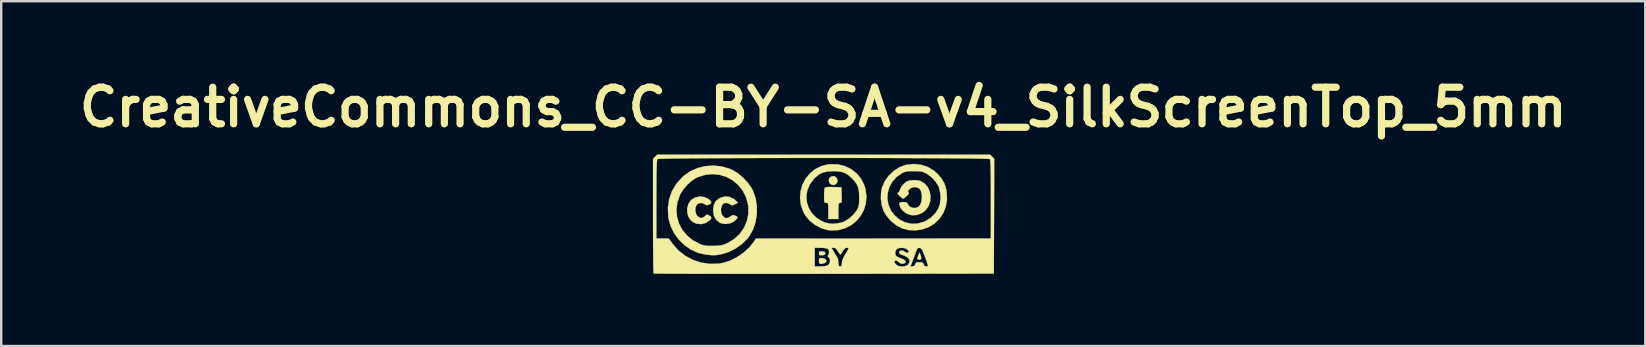
<source format=kicad_pcb>
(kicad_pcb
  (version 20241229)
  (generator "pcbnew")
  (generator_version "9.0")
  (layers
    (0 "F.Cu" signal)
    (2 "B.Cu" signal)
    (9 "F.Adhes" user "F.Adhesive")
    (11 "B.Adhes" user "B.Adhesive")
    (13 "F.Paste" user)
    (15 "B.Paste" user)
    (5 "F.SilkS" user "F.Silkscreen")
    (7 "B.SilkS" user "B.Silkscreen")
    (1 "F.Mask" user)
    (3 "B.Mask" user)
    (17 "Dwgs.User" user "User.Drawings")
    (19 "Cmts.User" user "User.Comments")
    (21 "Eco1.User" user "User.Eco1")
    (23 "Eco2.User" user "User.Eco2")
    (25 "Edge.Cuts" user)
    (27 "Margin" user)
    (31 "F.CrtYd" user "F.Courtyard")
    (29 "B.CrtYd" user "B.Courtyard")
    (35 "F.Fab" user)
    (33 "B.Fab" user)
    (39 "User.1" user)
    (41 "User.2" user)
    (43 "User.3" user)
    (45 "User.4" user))
  (footprint "CreativeCommons_CC-BY-SA-v4_SilkScreenTop_5mm"
    (layer "F.Cu")
    (at 31.249 5.863)
    (property "Reference" "CreativeCommons_CC-BY-SA-v4_SilkScreenTop_5mm" (at 0 -4.445 0) (layer "F.SilkS") (effects (font (size 1.524 1.524) (thickness 0.3))))
    (attr through_hole)
    (fp_poly (pts (xy 4.053 1.704) (xy 4.088 1.816) (xy 4.081 1.879) (xy 4.029 1.904) (xy 4.004 1.905) (xy 3.938 1.89) (xy 3.917 1.861) (xy 3.932 1.8) (xy 3.965 1.713) (xy 3.966 1.711) (xy 4.013 1.605) (xy 4.053 1.704)) (stroke (width 0.01) (type solid)) (fill yes) (layer "F.SilkS"))
    (fp_poly (pts (xy -0.048 1.841) (xy 0.061 1.867) (xy 0.123 1.917) (xy 0.133 1.978) (xy 0.09 2.031) (xy 0.003 2.069) (xy -0.077 2.081) (xy -0.144 2.074) (xy -0.171 2.038) (xy -0.176 1.956) (xy -0.172 1.873) (xy -0.145 1.841) (xy -0.074 1.839) (xy -0.048 1.841)) (stroke (width 0.01) (type solid)) (fill yes) (layer "F.SilkS"))
    (fp_poly (pts (xy 0.471 -1.569) (xy 0.549 -1.515) (xy 0.592 -1.43) (xy 0.591 -1.334) (xy 0.544 -1.255) (xy 0.451 -1.204) (xy 0.35 -1.214) (xy 0.265 -1.282) (xy 0.26 -1.289) (xy 0.226 -1.395) (xy 0.253 -1.492) (xy 0.334 -1.56) (xy 0.371 -1.573) (xy 0.471 -1.569)) (stroke (width 0.01) (type solid)) (fill yes) (layer "F.SilkS"))
    (fp_poly (pts (xy -0.055 1.558) (xy -0.044 1.559) (xy 0.046 1.574) (xy 0.083 1.608) (xy 0.088 1.64) (xy 0.073 1.69) (xy 0.016 1.714) (xy -0.044 1.722) (xy -0.131 1.724) (xy -0.168 1.704) (xy -0.176 1.648) (xy -0.176 1.64) (xy -0.17 1.58) (xy -0.136 1.557) (xy -0.055 1.558)) (stroke (width 0.01) (type solid)) (fill yes) (layer "F.SilkS"))
    (fp_poly (pts (xy 0.426 -1.121) (xy 0.758 -1.111) (xy 0.769 -0.785) (xy 0.772 -0.632) (xy 0.77 -0.536) (xy 0.76 -0.484) (xy 0.74 -0.463) (xy 0.707 -0.459) (xy 0.673 -0.454) (xy 0.652 -0.431) (xy 0.641 -0.376) (xy 0.636 -0.277) (xy 0.635 -0.123) (xy 0.635 0.212) (xy 0.212 0.212) (xy 0.212 -0.123) (xy 0.211 -0.279) (xy 0.207 -0.377) (xy 0.196 -0.43) (xy 0.174 -0.453) (xy 0.138 -0.459) (xy 0.123 -0.459) (xy 0.08 -0.461) (xy 0.054 -0.479) (xy 0.041 -0.527) (xy 0.036 -0.618) (xy 0.036 -0.75) (xy 0.039 -0.89) (xy 0.048 -1.006) (xy 0.061 -1.077) (xy 0.065 -1.086) (xy 0.103 -1.109) (xy 0.189 -1.121) (xy 0.33 -1.124) (xy 0.426 -1.121)) (stroke (width 0.01) (type solid)) (fill yes) (layer "F.SilkS"))
    (fp_poly (pts (xy -4.96 -0.704) (xy -4.785 -0.623) (xy -4.749 -0.597) (xy -4.674 -0.52) (xy -4.667 -0.457) (xy -4.728 -0.404) (xy -4.763 -0.388) (xy -4.846 -0.362) (xy -4.902 -0.376) (xy -4.934 -0.401) (xy -5.032 -0.451) (xy -5.144 -0.454) (xy -5.241 -0.413) (xy -5.272 -0.38) (xy -5.32 -0.259) (xy -5.326 -0.118) (xy -5.291 0.015) (xy -5.24 0.09) (xy -5.134 0.162) (xy -5.031 0.165) (xy -4.933 0.097) (xy -4.928 0.091) (xy -4.871 0.035) (xy -4.824 0.028) (xy -4.754 0.063) (xy -4.676 0.124) (xy -4.665 0.183) (xy -4.719 0.256) (xy -4.736 0.272) (xy -4.903 0.38) (xy -5.091 0.425) (xy -5.283 0.405) (xy -5.398 0.359) (xy -5.532 0.252) (xy -5.622 0.105) (xy -5.667 -0.066) (xy -5.666 -0.246) (xy -5.617 -0.417) (xy -5.519 -0.564) (xy -5.489 -0.592) (xy -5.329 -0.688) (xy -5.147 -0.726) (xy -4.96 -0.704)) (stroke (width 0.01) (type solid)) (fill yes) (layer "F.SilkS"))
    (fp_poly (pts (xy -3.899 -0.709) (xy -3.727 -0.625) (xy -3.673 -0.581) (xy -3.547 -0.465) (xy -3.678 -0.403) (xy -3.764 -0.365) (xy -3.816 -0.36) (xy -3.86 -0.388) (xy -3.874 -0.4) (xy -3.956 -0.442) (xy -4.05 -0.459) (xy -4.137 -0.444) (xy -4.196 -0.387) (xy -4.219 -0.347) (xy -4.259 -0.215) (xy -4.255 -0.08) (xy -4.214 0.041) (xy -4.141 0.132) (xy -4.044 0.175) (xy -4.023 0.176) (xy -3.953 0.156) (xy -3.87 0.105) (xy -3.866 0.102) (xy -3.791 0.054) (xy -3.726 0.051) (xy -3.667 0.071) (xy -3.589 0.11) (xy -3.569 0.148) (xy -3.601 0.206) (xy -3.609 0.216) (xy -3.735 0.328) (xy -3.898 0.397) (xy -4.077 0.42) (xy -4.248 0.392) (xy -4.331 0.353) (xy -4.47 0.234) (xy -4.554 0.078) (xy -4.585 -0.122) (xy -4.586 -0.155) (xy -4.562 -0.359) (xy -4.489 -0.517) (xy -4.362 -0.633) (xy -4.28 -0.677) (xy -4.087 -0.727) (xy -3.899 -0.709)) (stroke (width 0.01) (type solid)) (fill yes) (layer "F.SilkS"))
    (fp_poly (pts (xy 3.922 -1.402) (xy 4.046 -1.374) (xy 4.217 -1.274) (xy 4.348 -1.126) (xy 4.435 -0.944) (xy 4.473 -0.74) (xy 4.458 -0.527) (xy 4.389 -0.324) (xy 4.266 -0.152) (xy 4.101 -0.027) (xy 3.907 0.044) (xy 3.7 0.054) (xy 3.608 0.038) (xy 3.45 -0.028) (xy 3.316 -0.131) (xy 3.219 -0.258) (xy 3.176 -0.392) (xy 3.175 -0.415) (xy 3.183 -0.464) (xy 3.22 -0.487) (xy 3.303 -0.494) (xy 3.335 -0.494) (xy 3.438 -0.488) (xy 3.494 -0.464) (xy 3.525 -0.412) (xy 3.527 -0.408) (xy 3.597 -0.313) (xy 3.707 -0.258) (xy 3.834 -0.248) (xy 3.958 -0.288) (xy 3.976 -0.3) (xy 4.045 -0.386) (xy 4.09 -0.517) (xy 4.109 -0.672) (xy 4.103 -0.827) (xy 4.07 -0.962) (xy 4.009 -1.055) (xy 4.007 -1.056) (xy 3.891 -1.11) (xy 3.757 -1.114) (xy 3.636 -1.067) (xy 3.625 -1.059) (xy 3.557 -0.99) (xy 3.529 -0.927) (xy 3.544 -0.888) (xy 3.57 -0.882) (xy 3.573 -0.86) (xy 3.533 -0.804) (xy 3.493 -0.758) (xy 3.415 -0.686) (xy 3.353 -0.642) (xy 3.334 -0.635) (xy 3.288 -0.659) (xy 3.216 -0.718) (xy 3.175 -0.758) (xy 3.107 -0.837) (xy 3.094 -0.876) (xy 3.111 -0.882) (xy 3.159 -0.914) (xy 3.186 -0.983) (xy 3.237 -1.102) (xy 3.329 -1.226) (xy 3.444 -1.328) (xy 3.495 -1.359) (xy 3.612 -1.395) (xy 3.765 -1.409) (xy 3.922 -1.402)) (stroke (width 0.01) (type solid)) (fill yes) (layer "F.SilkS"))
    (fp_poly (pts (xy 0.606 -2.065) (xy 0.9 -1.994) (xy 1.165 -1.867) (xy 1.393 -1.69) (xy 1.578 -1.466) (xy 1.712 -1.202) (xy 1.764 -1.028) (xy 1.802 -0.724) (xy 1.775 -0.432) (xy 1.692 -0.16) (xy 1.557 0.086) (xy 1.378 0.299) (xy 1.16 0.472) (xy 0.909 0.6) (xy 0.633 0.674) (xy 0.337 0.69) (xy 0.169 0.67) (xy -0.091 0.593) (xy -0.34 0.459) (xy -0.562 0.282) (xy -0.742 0.072) (xy -0.835 -0.092) (xy -0.933 -0.381) (xy -0.967 -0.671) (xy -0.961 -0.738) (xy -0.7 -0.738) (xy -0.681 -0.492) (xy -0.606 -0.256) (xy -0.477 -0.039) (xy -0.296 0.148) (xy -0.066 0.297) (xy 0.081 0.36) (xy 0.3 0.406) (xy 0.542 0.403) (xy 0.78 0.353) (xy 0.874 0.317) (xy 1.049 0.213) (xy 1.22 0.066) (xy 1.365 -0.102) (xy 1.423 -0.194) (xy 1.46 -0.274) (xy 1.483 -0.361) (xy 1.495 -0.475) (xy 1.499 -0.635) (xy 1.499 -0.688) (xy 1.491 -0.912) (xy 1.46 -1.088) (xy 1.399 -1.235) (xy 1.3 -1.374) (xy 1.199 -1.482) (xy 1.049 -1.616) (xy 0.904 -1.705) (xy 0.743 -1.756) (xy 0.546 -1.778) (xy 0.423 -1.781) (xy 0.18 -1.768) (xy -0.016 -1.724) (xy -0.183 -1.641) (xy -0.338 -1.511) (xy -0.394 -1.454) (xy -0.558 -1.229) (xy -0.66 -0.987) (xy -0.7 -0.738) (xy -0.961 -0.738) (xy -0.942 -0.955) (xy -0.863 -1.223) (xy -0.734 -1.469) (xy -0.559 -1.684) (xy -0.345 -1.86) (xy -0.094 -1.989) (xy 0.188 -2.063) (xy 0.29 -2.074) (xy 0.606 -2.065)) (stroke (width 0.01) (type solid)) (fill yes) (layer "F.SilkS"))
    (fp_poly (pts (xy 4.076 -2.05) (xy 4.361 -1.956) (xy 4.616 -1.803) (xy 4.772 -1.663) (xy 4.944 -1.455) (xy 5.059 -1.247) (xy 5.128 -1.018) (xy 5.145 -0.917) (xy 5.158 -0.598) (xy 5.108 -0.301) (xy 5.001 -0.032) (xy 4.843 0.203) (xy 4.641 0.398) (xy 4.399 0.548) (xy 4.125 0.647) (xy 3.824 0.687) (xy 3.536 0.67) (xy 3.281 0.599) (xy 3.036 0.467) (xy 2.814 0.287) (xy 2.627 0.067) (xy 2.512 -0.132) (xy 2.438 -0.36) (xy 2.403 -0.619) (xy 2.403 -0.63) (xy 2.674 -0.63) (xy 2.718 -0.38) (xy 2.822 -0.142) (xy 2.953 0.036) (xy 3.166 0.224) (xy 3.404 0.349) (xy 3.661 0.409) (xy 3.928 0.402) (xy 4.197 0.328) (xy 4.245 0.307) (xy 4.477 0.164) (xy 4.671 -0.029) (xy 4.8 -0.232) (xy 4.863 -0.426) (xy 4.888 -0.653) (xy 4.874 -0.887) (xy 4.822 -1.102) (xy 4.803 -1.15) (xy 4.685 -1.344) (xy 4.518 -1.524) (xy 4.32 -1.67) (xy 4.269 -1.699) (xy 4.179 -1.74) (xy 4.087 -1.765) (xy 3.972 -1.777) (xy 3.811 -1.781) (xy 3.775 -1.781) (xy 3.603 -1.778) (xy 3.481 -1.767) (xy 3.387 -1.744) (xy 3.301 -1.707) (xy 3.288 -1.7) (xy 3.061 -1.544) (xy 2.884 -1.348) (xy 2.759 -1.124) (xy 2.689 -0.881) (xy 2.674 -0.63) (xy 2.403 -0.63) (xy 2.409 -0.885) (xy 2.451 -1.103) (xy 2.558 -1.353) (xy 2.72 -1.584) (xy 2.926 -1.783) (xy 3.161 -1.938) (xy 3.413 -2.036) (xy 3.455 -2.046) (xy 3.772 -2.08) (xy 4.076 -2.05)) (stroke (width 0.01) (type solid)) (fill yes) (layer "F.SilkS"))
    (fp_poly (pts (xy -4.241 -1.981) (xy -3.913 -1.888) (xy -3.775 -1.828) (xy -3.557 -1.695) (xy -3.34 -1.513) (xy -3.144 -1.302) (xy -2.987 -1.082) (xy -2.932 -0.98) (xy -2.819 -0.666) (xy -2.764 -0.332) (xy -2.765 0.009) (xy -2.82 0.344) (xy -2.929 0.659) (xy -3.09 0.942) (xy -3.144 1.013) (xy -3.367 1.239) (xy -3.636 1.434) (xy -3.932 1.584) (xy -4.237 1.679) (xy -4.304 1.691) (xy -4.424 1.71) (xy -4.517 1.72) (xy -4.604 1.721) (xy -4.708 1.714) (xy -4.853 1.698) (xy -4.911 1.692) (xy -5.217 1.622) (xy -5.508 1.49) (xy -5.775 1.306) (xy -6.011 1.077) (xy -6.207 0.812) (xy -6.353 0.519) (xy -6.443 0.208) (xy -6.457 0.119) (xy -6.468 -0.18) (xy -6.115 -0.18) (xy -6.091 0.119) (xy -6.007 0.405) (xy -5.866 0.669) (xy -5.671 0.904) (xy -5.425 1.103) (xy -5.132 1.258) (xy -5.082 1.278) (xy -4.972 1.31) (xy -4.84 1.327) (xy -4.667 1.332) (xy -4.568 1.33) (xy -4.394 1.323) (xy -4.265 1.309) (xy -4.158 1.284) (xy -4.049 1.242) (xy -3.982 1.211) (xy -3.708 1.046) (xy -3.479 0.833) (xy -3.302 0.581) (xy -3.18 0.3) (xy -3.119 -0.002) (xy -3.122 -0.317) (xy -3.134 -0.396) (xy -3.22 -0.706) (xy -3.36 -0.98) (xy -3.548 -1.213) (xy -3.774 -1.401) (xy -4.031 -1.541) (xy -4.312 -1.628) (xy -4.607 -1.659) (xy -4.91 -1.629) (xy -5.213 -1.535) (xy -5.318 -1.486) (xy -5.485 -1.375) (xy -5.658 -1.218) (xy -5.815 -1.036) (xy -5.939 -0.848) (xy -5.969 -0.79) (xy -6.075 -0.485) (xy -6.115 -0.18) (xy -6.468 -0.18) (xy -6.472 -0.26) (xy -6.42 -0.617) (xy -6.303 -0.949) (xy -6.12 -1.255) (xy -5.872 -1.532) (xy -5.815 -1.584) (xy -5.549 -1.773) (xy -5.246 -1.909) (xy -4.92 -1.99) (xy -4.581 -2.014) (xy -4.241 -1.981)) (stroke (width 0.01) (type solid)) (fill yes) (layer "F.SilkS"))
    (fp_poly (pts (xy 7.04 -2.383) (xy 7.127 -2.296) (xy 7.118 0.096) (xy 7.108 2.487) (xy 0.032 2.496) (xy -0.669 2.497) (xy -1.352 2.497) (xy -2.012 2.498) (xy -2.647 2.498) (xy -3.254 2.497) (xy -3.827 2.497) (xy -4.366 2.496) (xy -4.865 2.496) (xy -5.323 2.495) (xy -5.734 2.493) (xy -6.097 2.492) (xy -6.407 2.49) (xy -6.662 2.489) (xy -6.858 2.487) (xy -6.991 2.485) (xy -7.059 2.482) (xy -7.067 2.481) (xy -7.071 2.443) (xy -7.075 2.34) (xy -7.079 2.178) (xy -7.082 1.963) (xy -7.085 1.7) (xy -7.087 1.397) (xy -7.089 1.057) (xy -7.09 0.688) (xy -7.091 0.295) (xy -7.091 0.081) (xy -7.091 -0.61) (xy -6.95 -0.61) (xy -6.95 1.023) (xy -6.437 1.023) (xy -6.274 1.249) (xy -6.035 1.52) (xy -5.751 1.742) (xy -5.432 1.912) (xy -5.088 2.026) (xy -4.729 2.08) (xy -4.363 2.071) (xy -4.191 2.043) (xy -3.896 1.952) (xy -3.602 1.807) (xy -3.325 1.619) (xy -3.097 1.411) (xy -0.353 1.411) (xy -0.353 2.187) (xy -0.114 2.187) (xy 0.071 2.176) (xy 0.189 2.142) (xy 0.204 2.132) (xy 0.261 2.059) (xy 0.284 1.96) (xy 0.27 1.866) (xy 0.22 1.803) (xy 0.18 1.767) (xy 0.202 1.724) (xy 0.203 1.724) (xy 0.242 1.644) (xy 0.242 1.549) (xy 0.205 1.469) (xy 0.179 1.448) (xy 0.109 1.429) (xy -0.005 1.415) (xy -0.121 1.411) (xy 0.346 1.411) (xy 0.443 1.579) (xy 0.507 1.687) (xy 0.564 1.78) (xy 0.588 1.816) (xy 0.618 1.895) (xy 0.634 2.005) (xy 0.635 2.036) (xy 0.64 2.133) (xy 0.661 2.177) (xy 0.706 2.187) (xy 0.753 2.175) (xy 0.773 2.125) (xy 0.776 2.053) (xy 0.787 1.987) (xy 2.963 1.987) (xy 2.986 2.044) (xy 3.035 2.11) (xy 3.13 2.167) (xy 3.259 2.191) (xy 3.308 2.187) (xy 3.637 2.187) (xy 3.723 2.187) (xy 3.797 2.164) (xy 3.831 2.099) (xy 3.854 2.043) (xy 3.901 2.018) (xy 3.993 2.011) (xy 4.007 2.011) (xy 4.106 2.016) (xy 4.157 2.039) (xy 4.181 2.091) (xy 4.184 2.099) (xy 4.223 2.169) (xy 4.292 2.187) (xy 4.331 2.186) (xy 4.354 2.177) (xy 4.36 2.15) (xy 4.349 2.093) (xy 4.317 1.998) (xy 4.263 1.853) (xy 4.216 1.729) (xy 4.158 1.583) (xy 4.114 1.492) (xy 4.075 1.442) (xy 4.032 1.421) (xy 4.013 1.418) (xy 3.954 1.421) (xy 3.914 1.457) (xy 3.876 1.545) (xy 3.871 1.559) (xy 3.83 1.673) (xy 3.777 1.819) (xy 3.727 1.949) (xy 3.637 2.187) (xy 3.308 2.187) (xy 3.393 2.181) (xy 3.503 2.137) (xy 3.528 2.117) (xy 3.593 2.015) (xy 3.592 1.916) (xy 3.528 1.825) (xy 3.403 1.75) (xy 3.313 1.718) (xy 3.209 1.678) (xy 3.163 1.633) (xy 3.157 1.604) (xy 3.186 1.548) (xy 3.253 1.523) (xy 3.33 1.531) (xy 3.385 1.568) (xy 3.447 1.611) (xy 3.513 1.62) (xy 3.557 1.595) (xy 3.563 1.572) (xy 3.532 1.503) (xy 3.451 1.451) (xy 3.342 1.42) (xy 3.224 1.413) (xy 3.117 1.436) (xy 3.063 1.469) (xy 3.014 1.55) (xy 3.001 1.65) (xy 3.026 1.737) (xy 3.046 1.759) (xy 3.107 1.794) (xy 3.204 1.837) (xy 3.247 1.853) (xy 3.373 1.908) (xy 3.432 1.964) (xy 3.426 2.022) (xy 3.416 2.036) (xy 3.342 2.077) (xy 3.247 2.071) (xy 3.161 2.023) (xy 3.149 2.011) (xy 3.083 1.959) (xy 3.016 1.941) (xy 2.971 1.961) (xy 2.963 1.987) (xy 0.787 1.987) (xy 0.796 1.934) (xy 0.858 1.788) (xy 0.917 1.684) (xy 0.984 1.571) (xy 1.034 1.482) (xy 1.058 1.434) (xy 1.058 1.431) (xy 1.028 1.416) (xy 0.977 1.411) (xy 0.906 1.435) (xy 0.837 1.516) (xy 0.816 1.552) (xy 0.764 1.636) (xy 0.723 1.687) (xy 0.712 1.693) (xy 0.682 1.665) (xy 0.633 1.594) (xy 0.607 1.552) (xy 0.541 1.457) (xy 0.477 1.416) (xy 0.437 1.411) (xy 0.346 1.411) (xy -0.121 1.411) (xy -0.353 1.411) (xy -3.097 1.411) (xy -3.085 1.4) (xy -2.924 1.202) (xy -2.805 1.025) (xy 2.09 1.024) (xy 6.985 1.023) (xy 6.985 -0.61) (xy 6.985 -1.02) (xy 6.983 -1.363) (xy 6.98 -1.645) (xy 6.976 -1.87) (xy 6.971 -2.041) (xy 6.964 -2.164) (xy 6.956 -2.243) (xy 6.946 -2.282) (xy 6.943 -2.286) (xy 6.903 -2.291) (xy 6.796 -2.296) (xy 6.628 -2.301) (xy 6.401 -2.305) (xy 6.12 -2.309) (xy 5.789 -2.313) (xy 5.413 -2.316) (xy 4.995 -2.319) (xy 4.539 -2.322) (xy 4.051 -2.324) (xy 3.533 -2.326) (xy 2.99 -2.328) (xy 2.426 -2.33) (xy 1.845 -2.331) (xy 1.252 -2.332) (xy 0.651 -2.332) (xy 0.045 -2.332) (xy -0.561 -2.332) (xy -1.163 -2.332) (xy -1.758 -2.331) (xy -2.339 -2.33) (xy -2.905 -2.328) (xy -3.45 -2.327) (xy -3.97 -2.325) (xy -4.462 -2.322) (xy -4.92 -2.319) (xy -5.342 -2.316) (xy -5.722 -2.313) (xy -6.057 -2.309) (xy -6.342 -2.306) (xy -6.574 -2.301) (xy -6.748 -2.297) (xy -6.86 -2.292) (xy -6.907 -2.286) (xy -6.907 -2.286) (xy -6.918 -2.257) (xy -6.927 -2.189) (xy -6.934 -2.078) (xy -6.94 -1.92) (xy -6.944 -1.709) (xy -6.947 -1.443) (xy -6.949 -1.116) (xy -6.95 -0.724) (xy -6.95 -0.61) (xy -7.091 -0.61) (xy -7.091 -2.296) (xy -7.004 -2.383) (xy -6.918 -2.469) (xy 6.953 -2.469) (xy 7.04 -2.383)) (stroke (width 0.01) (type solid)) (fill yes) (layer "F.SilkS")))
  (gr_rect
    (start -3 -3)
    (end 65.499 11.366)
    (stroke (width 0.1) (type default))
    (fill no)
    (layer "Edge.Cuts")))
</source>
